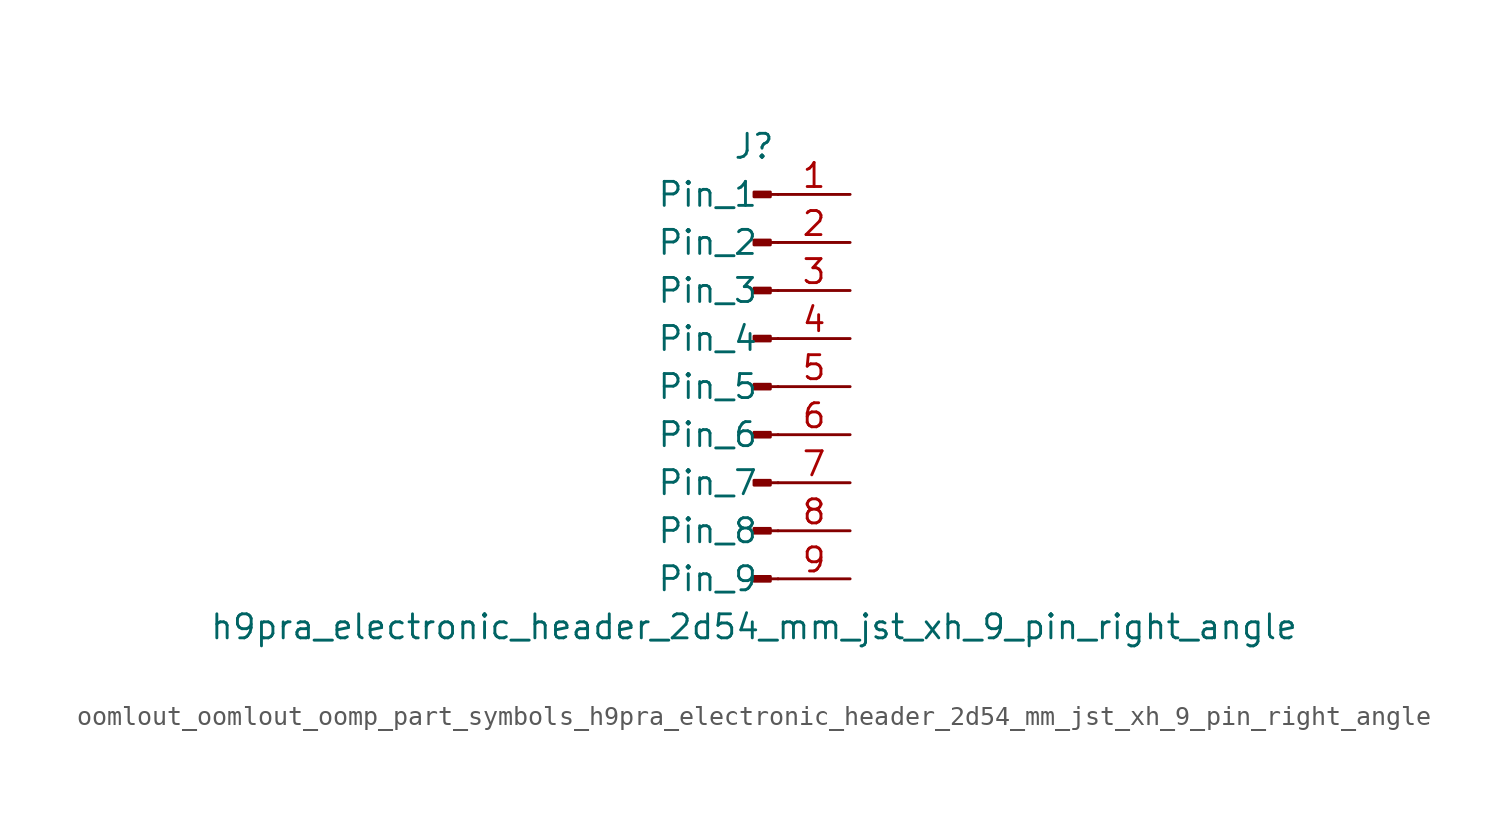
<source format=kicad_sym>
(kicad_symbol_lib
  (version 20220914)
  (generator kicad_symbol_editor)
  (symbol "oomlout_oomlout_oomp_part_symbols_h9pra_electronic_header_2d54_mm_jst_xh_9_pin_right_angle"
    (pin_names
      (offset 1.016))
    (property "Reference" "J"
      (at 0 12.7 0)
      (effects (font (size 1.27 1.27))))
    (property "Value" "h9pra_electronic_header_2d54_mm_jst_xh_9_pin_right_angle"
      (at 0 -12.7 0)
      (effects (font (size 1.27 1.27))))
    (property "ki_locked" ""
      (at 0 0 0)
      (effects (font (size 1.27 1.27))))
    (symbol "oomlout_oomlout_oomp_part_symbols_h9pra_electronic_header_2d54_mm_jst_xh_9_pin_right_angle_1_1"
      (polyline (pts (xy 1.27 -10.16) (xy 0.864 -10.16)) (stroke (width 0.152) (type default)) (fill (type none)))
      (polyline (pts (xy 1.27 -7.62) (xy 0.864 -7.62)) (stroke (width 0.152) (type default)) (fill (type none)))
      (polyline (pts (xy 1.27 -5.08) (xy 0.864 -5.08)) (stroke (width 0.152) (type default)) (fill (type none)))
      (polyline (pts (xy 1.27 -2.54) (xy 0.864 -2.54)) (stroke (width 0.152) (type default)) (fill (type none)))
      (polyline (pts (xy 1.27 0) (xy 0.864 0)) (stroke (width 0.152) (type default)) (fill (type none)))
      (polyline (pts (xy 1.27 2.54) (xy 0.864 2.54)) (stroke (width 0.152) (type default)) (fill (type none)))
      (polyline (pts (xy 1.27 5.08) (xy 0.864 5.08)) (stroke (width 0.152) (type default)) (fill (type none)))
      (polyline (pts (xy 1.27 7.62) (xy 0.864 7.62)) (stroke (width 0.152) (type default)) (fill (type none)))
      (polyline (pts (xy 1.27 10.16) (xy 0.864 10.16)) (stroke (width 0.152) (type default)) (fill (type none)))
      (rectangle (start 0.864 -10.033) (end 0 -10.287) (stroke (width 0.152) (type default)) (fill (type outline)))
      (rectangle (start 0.864 -7.493) (end 0 -7.747) (stroke (width 0.152) (type default)) (fill (type outline)))
      (rectangle (start 0.864 -4.953) (end 0 -5.207) (stroke (width 0.152) (type default)) (fill (type outline)))
      (rectangle (start 0.864 -2.413) (end 0 -2.667) (stroke (width 0.152) (type default)) (fill (type outline)))
      (rectangle (start 0.864 0.127) (end 0 -0.127) (stroke (width 0.152) (type default)) (fill (type outline)))
      (rectangle (start 0.864 2.667) (end 0 2.413) (stroke (width 0.152) (type default)) (fill (type outline)))
      (rectangle (start 0.864 5.207) (end 0 4.953) (stroke (width 0.152) (type default)) (fill (type outline)))
      (rectangle (start 0.864 7.747) (end 0 7.493) (stroke (width 0.152) (type default)) (fill (type outline)))
      (rectangle (start 0.864 10.287) (end 0 10.033) (stroke (width 0.152) (type default)) (fill (type outline)))
      (pin passive line (at 5.08 10.16 180) (length 3.81) (name "Pin_1" (effects (font (size 1.27 1.27)))) (number "1" (effects (font (size 1.27 1.27)))))
      (pin passive line (at 5.08 7.62 180) (length 3.81) (name "Pin_2" (effects (font (size 1.27 1.27)))) (number "2" (effects (font (size 1.27 1.27)))))
      (pin passive line (at 5.08 5.08 180) (length 3.81) (name "Pin_3" (effects (font (size 1.27 1.27)))) (number "3" (effects (font (size 1.27 1.27)))))
      (pin passive line (at 5.08 2.54 180) (length 3.81) (name "Pin_4" (effects (font (size 1.27 1.27)))) (number "4" (effects (font (size 1.27 1.27)))))
      (pin passive line (at 5.08 0 180) (length 3.81) (name "Pin_5" (effects (font (size 1.27 1.27)))) (number "5" (effects (font (size 1.27 1.27)))))
      (pin passive line (at 5.08 -2.54 180) (length 3.81) (name "Pin_6" (effects (font (size 1.27 1.27)))) (number "6" (effects (font (size 1.27 1.27)))))
      (pin passive line (at 5.08 -5.08 180) (length 3.81) (name "Pin_7" (effects (font (size 1.27 1.27)))) (number "7" (effects (font (size 1.27 1.27)))))
      (pin passive line (at 5.08 -7.62 180) (length 3.81) (name "Pin_8" (effects (font (size 1.27 1.27)))) (number "8" (effects (font (size 1.27 1.27)))))
      (pin passive line (at 5.08 -10.16 180) (length 3.81) (name "Pin_9" (effects (font (size 1.27 1.27)))) (number "9" (effects (font (size 1.27 1.27))))))))
</source>
